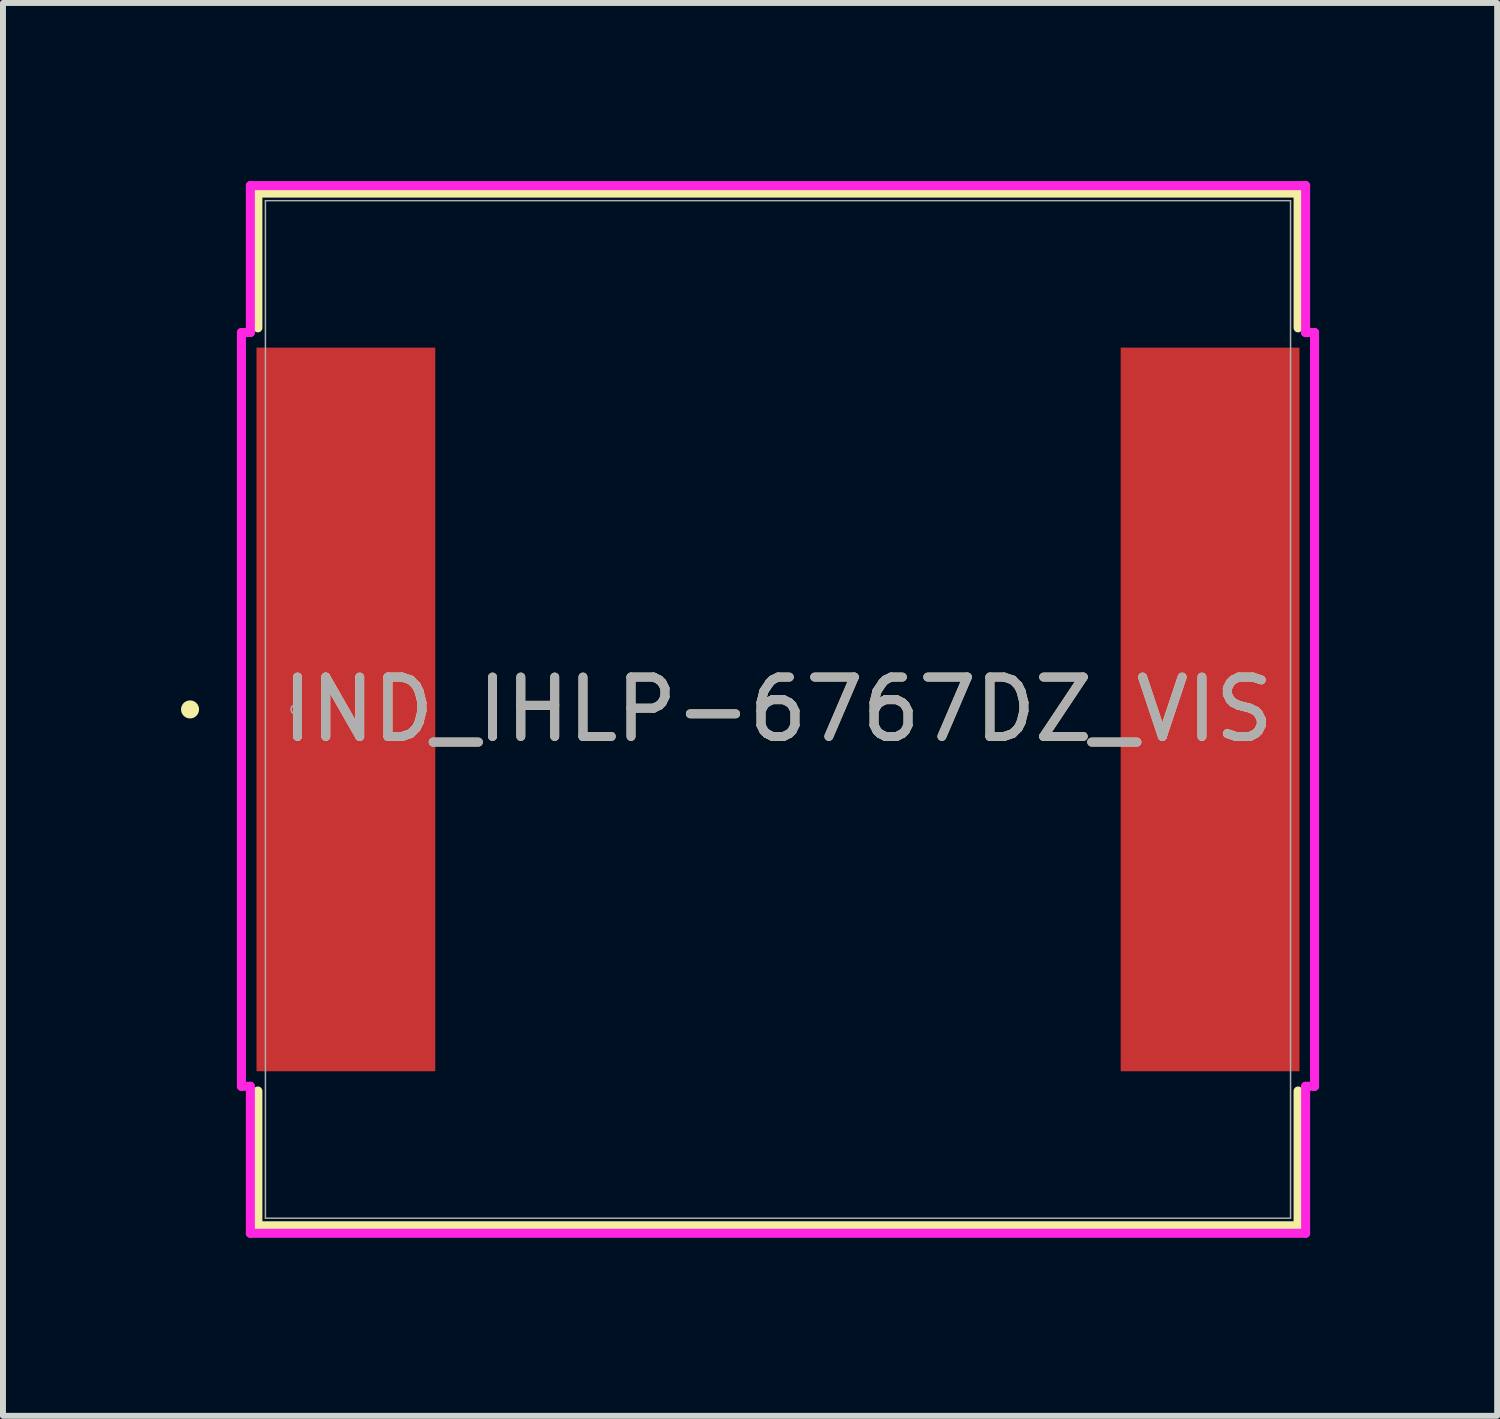
<source format=kicad_pcb>
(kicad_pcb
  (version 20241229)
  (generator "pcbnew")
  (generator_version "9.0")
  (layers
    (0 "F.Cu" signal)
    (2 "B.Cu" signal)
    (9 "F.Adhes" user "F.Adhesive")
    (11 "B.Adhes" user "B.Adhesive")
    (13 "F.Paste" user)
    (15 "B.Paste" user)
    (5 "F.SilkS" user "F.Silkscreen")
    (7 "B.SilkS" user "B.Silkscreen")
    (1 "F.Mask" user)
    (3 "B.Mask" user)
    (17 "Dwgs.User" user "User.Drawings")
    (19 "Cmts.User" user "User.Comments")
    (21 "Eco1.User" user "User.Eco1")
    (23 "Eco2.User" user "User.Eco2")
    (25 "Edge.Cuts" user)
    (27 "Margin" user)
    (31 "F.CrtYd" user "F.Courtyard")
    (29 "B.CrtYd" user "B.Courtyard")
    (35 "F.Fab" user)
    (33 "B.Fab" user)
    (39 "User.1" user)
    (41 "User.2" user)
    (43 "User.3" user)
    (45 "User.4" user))
  (footprint "IND_IHLP-6767DZ_VIS"
    (layer "F.Cu")
    (at 10.058 8.903)
    (property "Reference" "IND_IHLP-6767DZ_VIS" (at 0 0 0) (unlocked yes) (layer "F.SilkS") (effects (font (size 1 1) (thickness 0.15))))
    (attr smd)
    (fp_line (start -8.763 -8.7) (end -8.763 -6.429) (stroke (width 0.152) (type solid)) (layer "F.SilkS"))
    (fp_line (start -8.763 6.429) (end -8.763 8.7) (stroke (width 0.152) (type solid)) (layer "F.SilkS"))
    (fp_line (start -8.763 8.7) (end 8.763 8.7) (stroke (width 0.152) (type solid)) (layer "F.SilkS"))
    (fp_line (start 8.763 -8.7) (end -8.763 -8.7) (stroke (width 0.152) (type solid)) (layer "F.SilkS"))
    (fp_line (start 8.763 -6.429) (end 8.763 -8.7) (stroke (width 0.152) (type solid)) (layer "F.SilkS"))
    (fp_line (start 8.763 8.7) (end 8.763 6.429) (stroke (width 0.152) (type solid)) (layer "F.SilkS"))
    (fp_circle (center -9.906 0) (end -9.83 0) (stroke (width 0.152) (type solid)) (fill no) (layer "F.SilkS"))
    (fp_line (start -9.04 -6.35) (end -8.89 -6.35) (stroke (width 0.152) (type solid)) (layer "F.CrtYd"))
    (fp_line (start -9.04 6.35) (end -9.04 -6.35) (stroke (width 0.152) (type solid)) (layer "F.CrtYd"))
    (fp_line (start -8.89 -8.826) (end 8.89 -8.826) (stroke (width 0.152) (type solid)) (layer "F.CrtYd"))
    (fp_line (start -8.89 -6.35) (end -8.89 -8.826) (stroke (width 0.152) (type solid)) (layer "F.CrtYd"))
    (fp_line (start -8.89 6.35) (end -9.04 6.35) (stroke (width 0.152) (type solid)) (layer "F.CrtYd"))
    (fp_line (start -8.89 8.826) (end -8.89 6.35) (stroke (width 0.152) (type solid)) (layer "F.CrtYd"))
    (fp_line (start 8.89 -8.826) (end 8.89 -6.35) (stroke (width 0.152) (type solid)) (layer "F.CrtYd"))
    (fp_line (start 8.89 -6.35) (end 9.04 -6.35) (stroke (width 0.152) (type solid)) (layer "F.CrtYd"))
    (fp_line (start 8.89 6.35) (end 8.89 8.826) (stroke (width 0.152) (type solid)) (layer "F.CrtYd"))
    (fp_line (start 8.89 8.826) (end -8.89 8.826) (stroke (width 0.152) (type solid)) (layer "F.CrtYd"))
    (fp_line (start 9.04 -6.35) (end 9.04 6.35) (stroke (width 0.152) (type solid)) (layer "F.CrtYd"))
    (fp_line (start 9.04 6.35) (end 8.89 6.35) (stroke (width 0.152) (type solid)) (layer "F.CrtYd"))
    (fp_line (start -8.636 -8.572) (end -8.636 8.572) (stroke (width 0.025) (type solid)) (layer "F.Fab"))
    (fp_line (start -8.636 8.572) (end 8.636 8.572) (stroke (width 0.025) (type solid)) (layer "F.Fab"))
    (fp_line (start 8.636 -8.572) (end -8.636 -8.572) (stroke (width 0.025) (type solid)) (layer "F.Fab"))
    (fp_line (start 8.636 8.572) (end 8.636 -8.572) (stroke (width 0.025) (type solid)) (layer "F.Fab"))
    (fp_circle (center -8.128 0) (end -8.052 0) (stroke (width 0.025) (type solid)) (fill no) (layer "F.Fab"))
    (fp_text user "${REFERENCE}" (at 0 0 0) (unlocked yes) (layer "F.Fab") (effects (font (size 1 1) (thickness 0.15))))
    (pad "1" smd rect (at -7.28 0 90) (size 12.192 3.012) (layers "F.Cu" "F.Mask" "F.Paste"))
    (pad "2" smd rect (at 7.28 0 90) (size 12.192 3.012) (layers "F.Cu" "F.Mask" "F.Paste"))
    (zone (net_name "") (layer "F.Cu") (hatch full 0.508) (connect_pads) (min_thickness 0.254) (filled_areas_thickness no) (keepout (tracks not_allowed) (vias not_allowed) (pads allowed) (copperpour not_allowed) (footprints allowed)) (placement (enabled no)) (fill) (polygon (pts (xy 1.473 0.381) (xy 18.644 0.381) (xy 18.644 2.756) (xy 1.473 2.756))))
    (zone (net_name "") (layer "F.Cu") (hatch full 0.508) (connect_pads) (min_thickness 0.254) (filled_areas_thickness no) (keepout (tracks not_allowed) (vias not_allowed) (pads allowed) (copperpour not_allowed) (footprints allowed)) (placement (enabled no)) (fill) (polygon (pts (xy 1.473 15.05) (xy 18.644 15.05) (xy 18.644 17.424) (xy 1.473 17.424))))
    (zone (net_name "") (layer "F.Cu") (hatch full 0.508) (connect_pads) (min_thickness 0.254) (filled_areas_thickness no) (keepout (tracks not_allowed) (vias not_allowed) (pads allowed) (copperpour not_allowed) (footprints allowed)) (placement (enabled no)) (fill) (polygon (pts (xy 4.335 2.756) (xy 15.781 2.756) (xy 15.781 15.05) (xy 4.335 15.05)))))
  (gr_rect
    (start -3 -3)
    (end 22.175 20.805)
    (stroke (width 0.1) (type default))
    (fill no)
    (layer "Edge.Cuts")))
</source>
